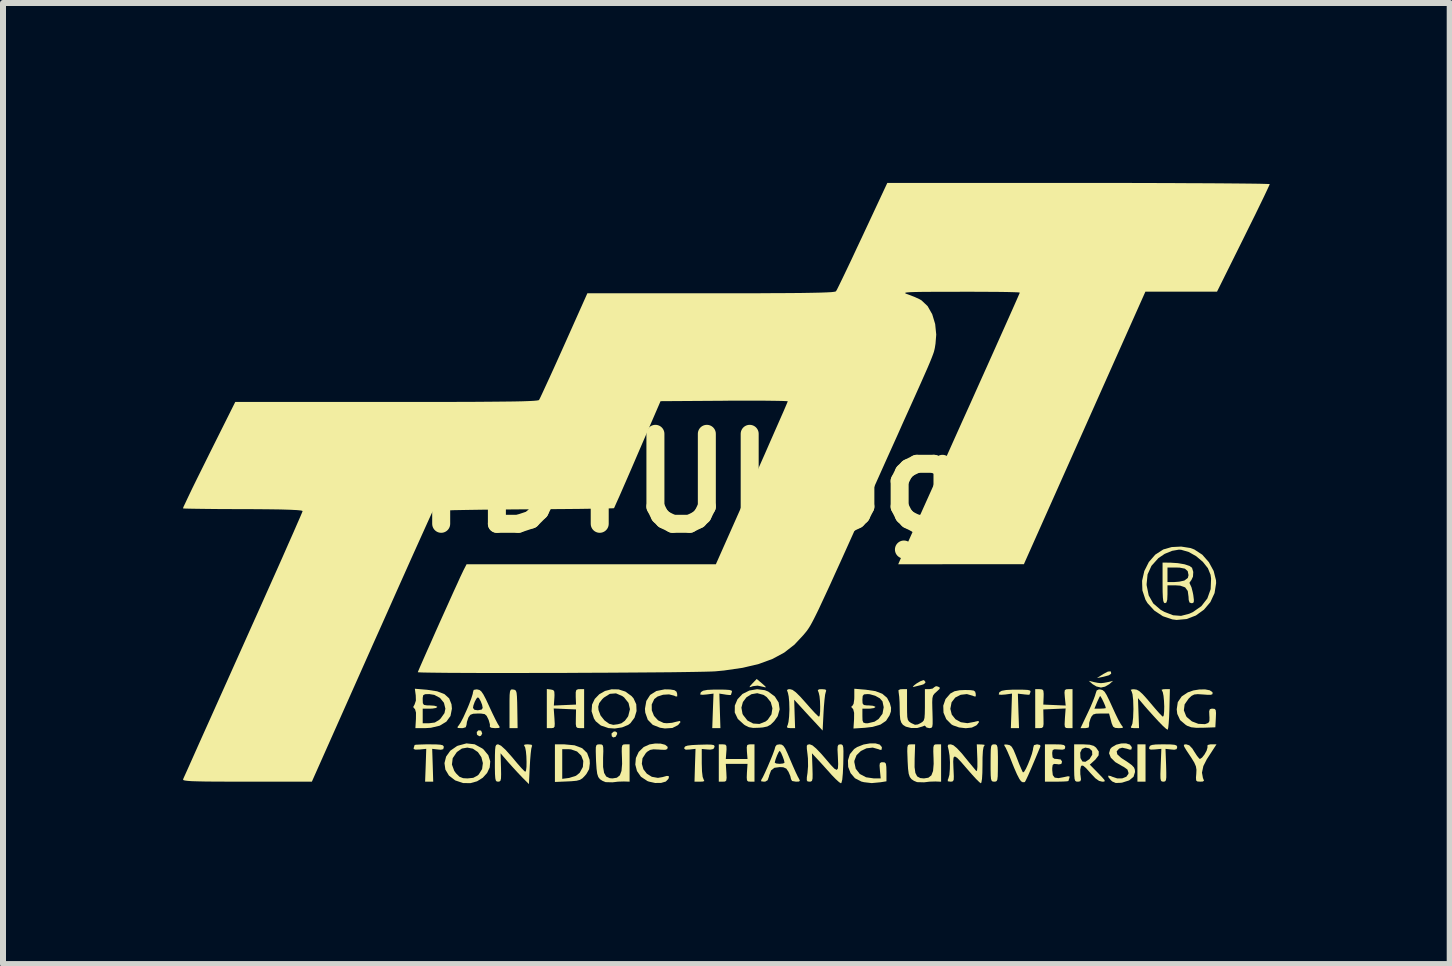
<source format=kicad_pcb>
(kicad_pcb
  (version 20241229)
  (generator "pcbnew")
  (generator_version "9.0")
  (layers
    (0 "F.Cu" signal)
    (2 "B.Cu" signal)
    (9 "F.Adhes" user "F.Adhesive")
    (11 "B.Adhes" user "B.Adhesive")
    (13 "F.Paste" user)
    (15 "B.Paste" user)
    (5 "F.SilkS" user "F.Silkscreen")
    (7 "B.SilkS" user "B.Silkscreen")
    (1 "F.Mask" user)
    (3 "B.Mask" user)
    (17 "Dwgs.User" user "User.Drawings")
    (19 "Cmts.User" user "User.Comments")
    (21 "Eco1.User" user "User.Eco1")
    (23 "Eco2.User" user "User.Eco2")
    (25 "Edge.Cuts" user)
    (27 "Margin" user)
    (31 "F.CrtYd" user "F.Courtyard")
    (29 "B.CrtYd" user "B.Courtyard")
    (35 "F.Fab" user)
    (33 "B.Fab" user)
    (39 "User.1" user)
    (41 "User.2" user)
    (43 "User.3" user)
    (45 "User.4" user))
  (footprint "TDTULogo"
    (layer "F.Cu")
    (at 9.055 5.004)
    (property "Reference" "TDTULogo" (at 0 0 0) (layer "F.SilkS") (effects (font (size 1.5 1.5) (thickness 0.3))))
    (attr board_only exclude_from_pos_files exclude_from_bom)
    (fp_poly (pts (xy -1.818 4.159) (xy -1.817 4.184) (xy -1.842 4.229) (xy -1.881 4.24) (xy -1.906 4.221) (xy -1.911 4.175) (xy -1.875 4.143) (xy -1.849 4.139)) (stroke (width 0) (type solid)) (fill yes) (layer "F.SilkS"))
    (fp_poly (pts (xy 6.992 4.666) (xy 6.992 4.977) (xy 6.925 4.977) (xy 6.857 4.977) (xy 6.857 4.666) (xy 6.857 4.355) (xy 6.925 4.355) (xy 6.992 4.355)) (stroke (width 0) (type solid)) (fill yes) (layer "F.SilkS"))
    (fp_poly (pts (xy -4.089 4.125) (xy -4.082 4.131) (xy -4.066 4.174) (xy -4.086 4.211) (xy -4.112 4.22) (xy -4.146 4.2) (xy -4.154 4.19) (xy -4.157 4.149) (xy -4.128 4.121)) (stroke (width 0) (type solid)) (fill yes) (layer "F.SilkS"))
    (fp_poly (pts (xy 6.416 3.146) (xy 6.419 3.178) (xy 6.38 3.204) (xy 6.292 3.228) (xy 6.276 3.231) (xy 6.181 3.25) (xy 6.289 3.182) (xy 6.364 3.142) (xy 6.407 3.138)) (stroke (width 0) (type solid)) (fill yes) (layer "F.SilkS"))
    (fp_poly (pts (xy 3.301 3.287) (xy 3.326 3.319) (xy 3.301 3.349) (xy 3.253 3.366) (xy 3.176 3.385) (xy 3.124 3.398) (xy 3.112 3.394) (xy 3.139 3.367) (xy 3.172 3.342) (xy 3.238 3.303) (xy 3.288 3.285)) (stroke (width 0) (type solid)) (fill yes) (layer "F.SilkS"))
    (fp_poly (pts (xy 0.6 3.341) (xy 0.652 3.387) (xy 0.664 3.405) (xy 0.64 3.402) (xy 0.622 3.397) (xy 0.525 3.376) (xy 0.446 3.385) (xy 0.419 3.395) (xy 0.391 3.402) (xy 0.398 3.384) (xy 0.438 3.34) (xy 0.51 3.265)) (stroke (width 0) (type solid)) (fill yes) (layer "F.SilkS"))
    (fp_poly (pts (xy 6.388 3.352) (xy 6.317 3.393) (xy 6.249 3.408) (xy 6.173 3.39) (xy 6.11 3.352) (xy 6.046 3.296) (xy 6.127 3.316) (xy 6.198 3.33) (xy 6.249 3.335) (xy 6.303 3.329) (xy 6.37 3.316) (xy 6.451 3.296)) (stroke (width 0) (type solid)) (fill yes) (layer "F.SilkS"))
    (fp_poly (pts (xy -3.549 3.441) (xy -3.522 3.447) (xy -3.504 3.462) (xy -3.493 3.496) (xy -3.487 3.558) (xy -3.483 3.657) (xy -3.481 3.767) (xy -3.476 4.085) (xy -3.544 4.085) (xy -3.611 4.085) (xy -3.611 3.759) (xy -3.611 3.622) (xy -3.609 3.53) (xy -3.603 3.475) (xy -3.592 3.448) (xy -3.575 3.439)) (stroke (width 0) (type solid)) (fill yes) (layer "F.SilkS"))
    (fp_poly (pts (xy 4.496 4.357) (xy 4.513 4.37) (xy 4.524 4.402) (xy 4.529 4.463) (xy 4.531 4.562) (xy 4.531 4.666) (xy 4.53 4.8) (xy 4.528 4.888) (xy 4.522 4.941) (xy 4.51 4.967) (xy 4.49 4.976) (xy 4.47 4.977) (xy 4.444 4.975) (xy 4.427 4.963) (xy 4.416 4.93) (xy 4.411 4.87) (xy 4.409 4.771) (xy 4.409 4.666) (xy 4.41 4.533) (xy 4.412 4.444) (xy 4.418 4.391) (xy 4.43 4.365) (xy 4.45 4.356) (xy 4.47 4.355)) (stroke (width 0) (type solid)) (fill yes) (layer "F.SilkS"))
    (fp_poly (pts (xy -4.834 4.356) (xy -4.762 4.361) (xy -4.723 4.371) (xy -4.708 4.389) (xy -4.707 4.404) (xy -4.716 4.436) (xy -4.755 4.445) (xy -4.803 4.441) (xy -4.9 4.43) (xy -4.891 4.704) (xy -4.883 4.977) (xy -4.95 4.977) (xy -5.018 4.977) (xy -5.008 4.704) (xy -4.999 4.43) (xy -5.11 4.441) (xy -5.181 4.443) (xy -5.209 4.432) (xy -5.208 4.414) (xy -5.195 4.374) (xy -5.194 4.366) (xy -5.169 4.361) (xy -5.102 4.358) (xy -5.004 4.355) (xy -4.95 4.355)) (stroke (width 0) (type solid)) (fill yes) (layer "F.SilkS"))
    (fp_poly (pts (xy -0.021 3.443) (xy 0.053 3.448) (xy 0.09 3.458) (xy 0.098 3.474) (xy 0.096 3.481) (xy 0.083 3.522) (xy 0.081 3.531) (xy 0.058 3.533) (xy -0.000422 3.527) (xy -0.016 3.524) (xy -0.113 3.509) (xy -0.104 3.797) (xy -0.095 4.085) (xy -0.163 4.085) (xy -0.231 4.085) (xy -0.221 3.797) (xy -0.21 3.509) (xy -0.321 3.523) (xy -0.39 3.529) (xy -0.429 3.525) (xy -0.432 3.521) (xy -0.421 3.485) (xy -0.384 3.461) (xy -0.313 3.447) (xy -0.2 3.442) (xy -0.14 3.442)) (stroke (width 0) (type solid)) (fill yes) (layer "F.SilkS"))
    (fp_poly (pts (xy 4.956 3.444) (xy 5.03 3.448) (xy 5.067 3.458) (xy 5.075 3.474) (xy 5.074 3.481) (xy 5.06 3.52) (xy 5.058 3.527) (xy 5.035 3.528) (xy 4.976 3.523) (xy 4.961 3.521) (xy 4.864 3.51) (xy 4.873 3.797) (xy 4.883 4.085) (xy 4.815 4.085) (xy 4.747 4.085) (xy 4.757 3.797) (xy 4.766 3.509) (xy 4.655 3.524) (xy 4.587 3.529) (xy 4.548 3.525) (xy 4.545 3.521) (xy 4.556 3.485) (xy 4.595 3.462) (xy 4.668 3.449) (xy 4.785 3.443) (xy 4.837 3.443)) (stroke (width 0) (type solid)) (fill yes) (layer "F.SilkS"))
    (fp_poly (pts (xy -0.246 4.36) (xy -0.207 4.367) (xy -0.193 4.382) (xy -0.194 4.401) (xy -0.213 4.433) (xy -0.261 4.443) (xy -0.305 4.441) (xy -0.406 4.432) (xy -0.406 4.672) (xy -0.402 4.805) (xy -0.391 4.898) (xy -0.373 4.945) (xy -0.373 4.945) (xy -0.363 4.967) (xy -0.394 4.976) (xy -0.434 4.977) (xy -0.527 4.977) (xy -0.519 4.704) (xy -0.51 4.43) (xy -0.608 4.441) (xy -0.673 4.444) (xy -0.697 4.429) (xy -0.697 4.411) (xy -0.683 4.39) (xy -0.643 4.376) (xy -0.569 4.367) (xy -0.45 4.361) (xy -0.437 4.361) (xy -0.319 4.358)) (stroke (width 0) (type solid)) (fill yes) (layer "F.SilkS"))
    (fp_poly (pts (xy -2.697 4.355) (xy -2.527 4.371) (xy -2.4 4.419) (xy -2.317 4.499) (xy -2.276 4.611) (xy -2.272 4.672) (xy -2.284 4.769) (xy -2.329 4.849) (xy -2.351 4.875) (xy -2.394 4.92) (xy -2.437 4.947) (xy -2.494 4.962) (xy -2.581 4.97) (xy -2.642 4.973) (xy -2.854 4.982) (xy -2.854 4.683) (xy -2.732 4.683) (xy -2.732 4.93) (xy -2.617 4.915) (xy -2.503 4.879) (xy -2.441 4.829) (xy -2.388 4.732) (xy -2.381 4.632) (xy -2.415 4.543) (xy -2.485 4.474) (xy -2.585 4.439) (xy -2.623 4.436) (xy -2.732 4.436) (xy -2.732 4.683) (xy -2.854 4.683) (xy -2.854 4.669) (xy -2.854 4.355)) (stroke (width 0) (type solid)) (fill yes) (layer "F.SilkS"))
    (fp_poly (pts (xy -0.054 4.355) (xy -0.013 4.359) (xy 0.005 4.382) (xy 0.007 4.437) (xy 0.004 4.477) (xy -0.005 4.599) (xy 0.176 4.599) (xy 0.357 4.599) (xy 0.347 4.477) (xy 0.344 4.402) (xy 0.353 4.366) (xy 0.383 4.356) (xy 0.406 4.355) (xy 0.473 4.355) (xy 0.473 4.666) (xy 0.473 4.977) (xy 0.406 4.977) (xy 0.367 4.974) (xy 0.348 4.955) (xy 0.344 4.908) (xy 0.347 4.828) (xy 0.357 4.68) (xy 0.176 4.68) (xy -0.005 4.68) (xy 0.004 4.828) (xy 0.008 4.914) (xy 0.002 4.958) (xy -0.018 4.975) (xy -0.054 4.977) (xy -0.122 4.977) (xy -0.122 4.666) (xy -0.122 4.355)) (stroke (width 0) (type solid)) (fill yes) (layer "F.SilkS"))
    (fp_poly (pts (xy 7.405 4.356) (xy 7.473 4.362) (xy 7.507 4.373) (xy 7.519 4.393) (xy 7.52 4.404) (xy 7.51 4.435) (xy 7.472 4.445) (xy 7.423 4.441) (xy 7.325 4.43) (xy 7.335 4.703) (xy 7.338 4.827) (xy 7.338 4.907) (xy 7.332 4.952) (xy 7.318 4.972) (xy 7.296 4.977) (xy 7.289 4.977) (xy 7.264 4.974) (xy 7.249 4.959) (xy 7.241 4.921) (xy 7.24 4.851) (xy 7.244 4.739) (xy 7.245 4.704) (xy 7.256 4.43) (xy 7.149 4.44) (xy 7.08 4.443) (xy 7.053 4.432) (xy 7.054 4.403) (xy 7.067 4.379) (xy 7.1 4.365) (xy 7.163 4.357) (xy 7.266 4.355) (xy 7.293 4.355)) (stroke (width 0) (type solid)) (fill yes) (layer "F.SilkS"))
    (fp_poly (pts (xy -2.922 3.441) (xy -2.882 3.45) (xy -2.864 3.476) (xy -2.861 3.533) (xy -2.863 3.579) (xy -2.872 3.708) (xy -2.687 3.7) (xy -2.502 3.692) (xy -2.507 3.564) (xy -2.507 3.486) (xy -2.497 3.449) (xy -2.468 3.436) (xy -2.439 3.435) (xy -2.367 3.435) (xy -2.367 3.76) (xy -2.367 4.085) (xy -2.438 4.085) (xy -2.477 4.081) (xy -2.498 4.064) (xy -2.506 4.018) (xy -2.505 3.931) (xy -2.505 3.929) (xy -2.502 3.773) (xy -2.688 3.765) (xy -2.874 3.757) (xy -2.862 3.921) (xy -2.857 4.011) (xy -2.86 4.06) (xy -2.877 4.08) (xy -2.911 4.085) (xy -2.92 4.085) (xy -2.989 4.085) (xy -2.989 3.759) (xy -2.989 3.433)) (stroke (width 0) (type solid)) (fill yes) (layer "F.SilkS"))
    (fp_poly (pts (xy -0.933 3.44) (xy -0.861 3.452) (xy -0.827 3.477) (xy -0.816 3.512) (xy -0.815 3.555) (xy -0.838 3.557) (xy -0.867 3.543) (xy -0.951 3.522) (xy -1.051 3.528) (xy -1.143 3.558) (xy -1.197 3.599) (xy -1.24 3.69) (xy -1.239 3.788) (xy -1.202 3.881) (xy -1.134 3.955) (xy -1.042 3.998) (xy -0.991 4.003) (xy -0.903 3.996) (xy -0.827 3.977) (xy -0.772 3.965) (xy -0.76 3.983) (xy -0.794 4.026) (xy -0.805 4.036) (xy -0.896 4.082) (xy -1.02 4.09) (xy -1.101 4.078) (xy -1.223 4.03) (xy -1.306 3.945) (xy -1.348 3.826) (xy -1.353 3.762) (xy -1.33 3.631) (xy -1.266 3.531) (xy -1.163 3.466) (xy -1.024 3.438)) (stroke (width 0) (type solid)) (fill yes) (layer "F.SilkS"))
    (fp_poly (pts (xy 5.268 3.439) (xy 5.289 3.46) (xy 5.294 3.513) (xy 5.293 3.564) (xy 5.288 3.692) (xy 5.474 3.7) (xy 5.661 3.708) (xy 5.647 3.572) (xy 5.641 3.492) (xy 5.647 3.451) (xy 5.67 3.437) (xy 5.705 3.435) (xy 5.775 3.435) (xy 5.775 3.76) (xy 5.775 4.085) (xy 5.706 4.085) (xy 5.668 4.082) (xy 5.648 4.066) (xy 5.643 4.023) (xy 5.647 3.942) (xy 5.648 3.921) (xy 5.66 3.757) (xy 5.474 3.765) (xy 5.288 3.773) (xy 5.291 3.929) (xy 5.292 4.017) (xy 5.285 4.063) (xy 5.264 4.081) (xy 5.225 4.085) (xy 5.224 4.085) (xy 5.153 4.085) (xy 5.153 3.76) (xy 5.153 3.435) (xy 5.225 3.435)) (stroke (width 0) (type solid)) (fill yes) (layer "F.SilkS"))
    (fp_poly (pts (xy -1.09 4.343) (xy -1.017 4.362) (xy -0.977 4.394) (xy -0.974 4.408) (xy -0.982 4.434) (xy -1.013 4.446) (xy -1.08 4.445) (xy -1.121 4.442) (xy -1.211 4.438) (xy -1.268 4.448) (xy -1.315 4.478) (xy -1.337 4.499) (xy -1.394 4.587) (xy -1.405 4.68) (xy -1.379 4.77) (xy -1.321 4.845) (xy -1.238 4.896) (xy -1.137 4.914) (xy -1.061 4.901) (xy -0.988 4.881) (xy -0.956 4.884) (xy -0.955 4.911) (xy -0.962 4.93) (xy -1.005 4.975) (xy -1.084 4.998) (xy -1.183 4.999) (xy -1.287 4.976) (xy -1.314 4.966) (xy -1.42 4.895) (xy -1.486 4.8) (xy -1.514 4.692) (xy -1.504 4.582) (xy -1.457 4.481) (xy -1.374 4.4) (xy -1.277 4.356) (xy -1.182 4.341)) (stroke (width 0) (type solid)) (fill yes) (layer "F.SilkS"))
    (fp_poly (pts (xy 3.143 4.595) (xy 3.142 4.736) (xy 3.155 4.831) (xy 3.185 4.889) (xy 3.236 4.917) (xy 3.298 4.923) (xy 3.372 4.911) (xy 3.422 4.872) (xy 3.45 4.798) (xy 3.46 4.682) (xy 3.458 4.586) (xy 3.454 4.475) (xy 3.455 4.406) (xy 3.464 4.371) (xy 3.482 4.357) (xy 3.514 4.355) (xy 3.517 4.355) (xy 3.584 4.355) (xy 3.584 4.666) (xy 3.584 4.978) (xy 3.489 4.974) (xy 3.392 4.977) (xy 3.3 4.988) (xy 3.184 4.985) (xy 3.131 4.963) (xy 3.091 4.936) (xy 3.063 4.9) (xy 3.044 4.845) (xy 3.033 4.761) (xy 3.026 4.638) (xy 3.024 4.578) (xy 3.02 4.469) (xy 3.022 4.403) (xy 3.031 4.369) (xy 3.051 4.357) (xy 3.084 4.355) (xy 3.151 4.355)) (stroke (width 0) (type solid)) (fill yes) (layer "F.SilkS"))
    (fp_poly (pts (xy 4.077 3.451) (xy 4.129 3.459) (xy 4.152 3.478) (xy 4.161 3.512) (xy 4.162 3.556) (xy 4.137 3.556) (xy 4.116 3.546) (xy 4.014 3.517) (xy 3.91 3.529) (xy 3.82 3.575) (xy 3.76 3.652) (xy 3.759 3.653) (xy 3.738 3.763) (xy 3.762 3.859) (xy 3.823 3.936) (xy 3.913 3.986) (xy 4.023 4.002) (xy 4.146 3.979) (xy 4.15 3.977) (xy 4.205 3.965) (xy 4.217 3.983) (xy 4.184 4.027) (xy 4.17 4.04) (xy 4.097 4.075) (xy 3.995 4.086) (xy 3.883 4.073) (xy 3.783 4.038) (xy 3.757 4.023) (xy 3.67 3.935) (xy 3.624 3.827) (xy 3.62 3.71) (xy 3.658 3.6) (xy 3.738 3.508) (xy 3.741 3.506) (xy 3.807 3.47) (xy 3.892 3.453) (xy 3.985 3.449)) (stroke (width 0) (type solid)) (fill yes) (layer "F.SilkS"))
    (fp_poly (pts (xy 5.235 4.366) (xy 5.24 4.389) (xy 5.157 4.588) (xy 5.088 4.751) (xy 5.035 4.873) (xy 4.998 4.952) (xy 4.98 4.984) (xy 4.946 4.987) (xy 4.917 4.971) (xy 4.889 4.932) (xy 4.849 4.855) (xy 4.804 4.752) (xy 4.775 4.681) (xy 4.731 4.569) (xy 4.69 4.474) (xy 4.659 4.408) (xy 4.646 4.388) (xy 4.633 4.362) (xy 4.66 4.357) (xy 4.69 4.36) (xy 4.729 4.369) (xy 4.761 4.395) (xy 4.791 4.446) (xy 4.828 4.534) (xy 4.848 4.585) (xy 4.887 4.686) (xy 4.922 4.768) (xy 4.945 4.817) (xy 4.95 4.823) (xy 4.968 4.812) (xy 4.998 4.762) (xy 5.032 4.688) (xy 5.067 4.601) (xy 5.097 4.516) (xy 5.115 4.446) (xy 5.119 4.416) (xy 5.132 4.369) (xy 5.182 4.355) (xy 5.186 4.355)) (stroke (width 0) (type solid)) (fill yes) (layer "F.SilkS"))
    (fp_poly (pts (xy 8.127 4.429) (xy 8.079 4.503) (xy 8.025 4.586) (xy 8.016 4.599) (xy 7.956 4.717) (xy 7.933 4.827) (xy 7.949 4.916) (xy 7.951 4.92) (xy 7.967 4.96) (xy 7.947 4.975) (xy 7.904 4.977) (xy 7.857 4.974) (xy 7.836 4.957) (xy 7.833 4.91) (xy 7.838 4.848) (xy 7.841 4.779) (xy 7.832 4.722) (xy 7.805 4.659) (xy 7.754 4.576) (xy 7.728 4.537) (xy 7.669 4.448) (xy 7.637 4.393) (xy 7.63 4.366) (xy 7.646 4.356) (xy 7.67 4.355) (xy 7.721 4.371) (xy 7.772 4.424) (xy 7.805 4.477) (xy 7.85 4.546) (xy 7.886 4.59) (xy 7.899 4.599) (xy 7.934 4.576) (xy 7.975 4.524) (xy 8.01 4.461) (xy 8.025 4.408) (xy 8.024 4.395) (xy 8.027 4.366) (xy 8.073 4.355) (xy 8.092 4.355) (xy 8.175 4.355)) (stroke (width 0) (type solid)) (fill yes) (layer "F.SilkS"))
    (fp_poly (pts (xy -1.677 4.355) (xy -1.609 4.355) (xy -1.609 4.666) (xy -1.609 4.977) (xy -1.704 4.974) (xy -1.802 4.977) (xy -1.894 4.988) (xy -2.009 4.985) (xy -2.062 4.963) (xy -2.103 4.936) (xy -2.131 4.9) (xy -2.149 4.845) (xy -2.16 4.761) (xy -2.168 4.638) (xy -2.17 4.578) (xy -2.173 4.469) (xy -2.172 4.403) (xy -2.162 4.369) (xy -2.142 4.357) (xy -2.11 4.355) (xy -2.077 4.357) (xy -2.058 4.369) (xy -2.049 4.403) (xy -2.047 4.468) (xy -2.051 4.577) (xy -2.051 4.587) (xy -2.051 4.732) (xy -2.034 4.831) (xy -1.999 4.891) (xy -1.941 4.919) (xy -1.894 4.923) (xy -1.821 4.911) (xy -1.772 4.872) (xy -1.744 4.798) (xy -1.734 4.682) (xy -1.736 4.587) (xy -1.74 4.475) (xy -1.739 4.407) (xy -1.73 4.371) (xy -1.711 4.357) (xy -1.68 4.355)) (stroke (width 0) (type solid)) (fill yes) (layer "F.SilkS"))
    (fp_poly (pts (xy 2.49 4.339) (xy 2.561 4.359) (xy 2.595 4.399) (xy 2.597 4.413) (xy 2.589 4.449) (xy 2.556 4.443) (xy 2.544 4.437) (xy 2.444 4.409) (xy 2.34 4.421) (xy 2.246 4.466) (xy 2.174 4.536) (xy 2.139 4.626) (xy 2.137 4.65) (xy 2.161 4.762) (xy 2.229 4.849) (xy 2.333 4.904) (xy 2.464 4.923) (xy 2.577 4.923) (xy 2.564 4.788) (xy 2.558 4.708) (xy 2.564 4.668) (xy 2.587 4.654) (xy 2.612 4.653) (xy 2.646 4.657) (xy 2.664 4.679) (xy 2.671 4.732) (xy 2.673 4.812) (xy 2.673 4.971) (xy 2.574 4.987) (xy 2.427 5.001) (xy 2.299 4.986) (xy 2.254 4.975) (xy 2.148 4.92) (xy 2.075 4.835) (xy 2.035 4.732) (xy 2.031 4.623) (xy 2.063 4.519) (xy 2.134 4.433) (xy 2.186 4.399) (xy 2.291 4.358) (xy 2.397 4.339)) (stroke (width 0) (type solid)) (fill yes) (layer "F.SilkS"))
    (fp_poly (pts (xy 0.645 3.452) (xy 0.702 3.475) (xy 0.812 3.557) (xy 0.876 3.658) (xy 0.893 3.771) (xy 0.86 3.886) (xy 0.802 3.968) (xy 0.743 4.026) (xy 0.687 4.057) (xy 0.613 4.073) (xy 0.552 4.078) (xy 0.451 4.081) (xy 0.38 4.069) (xy 0.317 4.038) (xy 0.298 4.025) (xy 0.195 3.931) (xy 0.144 3.824) (xy 0.145 3.743) (xy 0.255 3.743) (xy 0.273 3.845) (xy 0.283 3.865) (xy 0.356 3.958) (xy 0.451 4.008) (xy 0.556 4.015) (xy 0.658 3.974) (xy 0.694 3.945) (xy 0.756 3.855) (xy 0.772 3.753) (xy 0.745 3.652) (xy 0.676 3.566) (xy 0.622 3.53) (xy 0.519 3.502) (xy 0.422 3.519) (xy 0.339 3.571) (xy 0.28 3.649) (xy 0.255 3.743) (xy 0.145 3.743) (xy 0.145 3.709) (xy 0.19 3.603) (xy 0.273 3.515) (xy 0.387 3.458) (xy 0.516 3.436)) (stroke (width 0) (type solid)) (fill yes) (layer "F.SilkS"))
    (fp_poly (pts (xy 5.578 4.357) (xy 5.63 4.366) (xy 5.651 4.385) (xy 5.653 4.403) (xy 5.644 4.434) (xy 5.607 4.444) (xy 5.545 4.441) (xy 5.476 4.437) (xy 5.445 4.45) (xy 5.437 4.49) (xy 5.437 4.515) (xy 5.443 4.573) (xy 5.473 4.596) (xy 5.518 4.599) (xy 5.579 4.608) (xy 5.599 4.64) (xy 5.599 4.648) (xy 5.588 4.682) (xy 5.546 4.689) (xy 5.518 4.685) (xy 5.467 4.681) (xy 5.444 4.698) (xy 5.437 4.749) (xy 5.437 4.786) (xy 5.446 4.868) (xy 5.478 4.91) (xy 5.542 4.918) (xy 5.629 4.902) (xy 5.697 4.887) (xy 5.725 4.89) (xy 5.724 4.913) (xy 5.723 4.914) (xy 5.709 4.956) (xy 5.708 4.966) (xy 5.683 4.971) (xy 5.617 4.975) (xy 5.525 4.977) (xy 5.511 4.977) (xy 5.315 4.977) (xy 5.315 4.666) (xy 5.315 4.355) (xy 5.484 4.355)) (stroke (width 0) (type solid)) (fill yes) (layer "F.SilkS"))
    (fp_poly (pts (xy -4.192 4.354) (xy -4.065 4.423) (xy -4.043 4.441) (xy -3.964 4.537) (xy -3.932 4.639) (xy -3.941 4.74) (xy -3.985 4.833) (xy -4.057 4.912) (xy -4.152 4.971) (xy -4.263 5.002) (xy -4.385 5) (xy -4.511 4.958) (xy -4.518 4.955) (xy -4.621 4.875) (xy -4.68 4.776) (xy -4.692 4.692) (xy -4.571 4.692) (xy -4.532 4.798) (xy -4.501 4.84) (xy -4.445 4.895) (xy -4.384 4.919) (xy -4.311 4.923) (xy -4.215 4.913) (xy -4.147 4.877) (xy -4.124 4.857) (xy -4.068 4.767) (xy -4.055 4.667) (xy -4.08 4.569) (xy -4.138 4.484) (xy -4.222 4.427) (xy -4.314 4.409) (xy -4.405 4.425) (xy -4.484 4.48) (xy -4.492 4.488) (xy -4.558 4.586) (xy -4.571 4.692) (xy -4.692 4.692) (xy -4.695 4.667) (xy -4.668 4.559) (xy -4.598 4.461) (xy -4.487 4.384) (xy -4.473 4.378) (xy -4.329 4.339)) (stroke (width 0) (type solid)) (fill yes) (layer "F.SilkS"))
    (fp_poly (pts (xy -1.793 3.439) (xy -1.68 3.475) (xy -1.577 3.55) (xy -1.544 3.587) (xy -1.498 3.687) (xy -1.493 3.8) (xy -1.527 3.911) (xy -1.596 4.003) (xy -1.633 4.031) (xy -1.734 4.072) (xy -1.856 4.091) (xy -1.961 4.084) (xy -2.088 4.041) (xy -2.173 3.971) (xy -2.204 3.923) (xy -2.243 3.803) (xy -2.237 3.727) (xy -2.132 3.727) (xy -2.127 3.784) (xy -2.093 3.874) (xy -2.029 3.955) (xy -1.95 4.012) (xy -1.881 4.03) (xy -1.804 4.02) (xy -1.746 4.004) (xy -1.688 3.962) (xy -1.638 3.895) (xy -1.632 3.884) (xy -1.603 3.769) (xy -1.627 3.664) (xy -1.701 3.572) (xy -1.731 3.55) (xy -1.836 3.505) (xy -1.938 3.513) (xy -2.038 3.576) (xy -2.066 3.603) (xy -2.116 3.668) (xy -2.132 3.727) (xy -2.237 3.727) (xy -2.235 3.693) (xy -2.19 3.598) (xy -2.115 3.52) (xy -2.019 3.465) (xy -1.909 3.437)) (stroke (width 0) (type solid)) (fill yes) (layer "F.SilkS"))
    (fp_poly (pts (xy 6.731 4.359) (xy 6.762 4.4) (xy 6.763 4.41) (xy 6.756 4.441) (xy 6.728 4.443) (xy 6.681 4.428) (xy 6.604 4.411) (xy 6.552 4.426) (xy 6.511 4.471) (xy 6.521 4.521) (xy 6.584 4.579) (xy 6.6 4.59) (xy 6.701 4.656) (xy 6.765 4.703) (xy 6.8 4.741) (xy 6.814 4.777) (xy 6.817 4.816) (xy 6.792 4.896) (xy 6.719 4.956) (xy 6.602 4.993) (xy 6.577 4.996) (xy 6.496 4.999) (xy 6.439 4.975) (xy 6.412 4.951) (xy 6.371 4.9) (xy 6.372 4.876) (xy 6.413 4.884) (xy 6.434 4.894) (xy 6.521 4.923) (xy 6.605 4.922) (xy 6.672 4.895) (xy 6.707 4.846) (xy 6.708 4.829) (xy 6.691 4.776) (xy 6.631 4.732) (xy 6.607 4.72) (xy 6.488 4.651) (xy 6.413 4.577) (xy 6.384 4.503) (xy 6.404 4.433) (xy 6.431 4.403) (xy 6.503 4.361) (xy 6.587 4.34) (xy 6.668 4.339)) (stroke (width 0) (type solid)) (fill yes) (layer "F.SilkS"))
    (fp_poly (pts (xy 8.063 3.454) (xy 8.106 3.484) (xy 8.11 3.494) (xy 8.108 3.518) (xy 8.082 3.529) (xy 8.023 3.529) (xy 7.956 3.524) (xy 7.863 3.518) (xy 7.804 3.524) (xy 7.759 3.547) (xy 7.711 3.592) (xy 7.644 3.688) (xy 7.631 3.788) (xy 7.67 3.887) (xy 7.683 3.903) (xy 7.765 3.972) (xy 7.872 4.013) (xy 7.978 4.018) (xy 7.993 4.015) (xy 8.038 3.998) (xy 8.057 3.968) (xy 8.058 3.907) (xy 8.056 3.878) (xy 8.053 3.805) (xy 8.064 3.77) (xy 8.095 3.76) (xy 8.109 3.76) (xy 8.144 3.764) (xy 8.162 3.784) (xy 8.167 3.833) (xy 8.164 3.915) (xy 8.156 4.071) (xy 7.953 4.078) (xy 7.835 4.079) (xy 7.753 4.07) (xy 7.69 4.047) (xy 7.664 4.032) (xy 7.569 3.951) (xy 7.521 3.847) (xy 7.512 3.771) (xy 7.53 3.651) (xy 7.595 3.556) (xy 7.698 3.488) (xy 7.79 3.456) (xy 7.891 3.44) (xy 7.987 3.439)) (stroke (width 0) (type solid)) (fill yes) (layer "F.SilkS"))
    (fp_poly (pts (xy 1.655 3.44) (xy 1.669 3.46) (xy 1.661 3.483) (xy 1.65 3.528) (xy 1.64 3.614) (xy 1.63 3.728) (xy 1.624 3.828) (xy 1.609 4.125) (xy 1.471 3.976) (xy 1.385 3.884) (xy 1.298 3.789) (xy 1.234 3.719) (xy 1.135 3.611) (xy 1.142 3.848) (xy 1.15 4.085) (xy 1.074 4.085) (xy 1.023 4.08) (xy 1.015 4.058) (xy 1.027 4.032) (xy 1.04 3.981) (xy 1.05 3.893) (xy 1.055 3.785) (xy 1.055 3.76) (xy 1.052 3.65) (xy 1.043 3.556) (xy 1.03 3.495) (xy 1.027 3.488) (xy 1.014 3.449) (xy 1.04 3.436) (xy 1.065 3.435) (xy 1.107 3.447) (xy 1.162 3.487) (xy 1.236 3.56) (xy 1.33 3.665) (xy 1.411 3.757) (xy 1.48 3.832) (xy 1.529 3.88) (xy 1.549 3.895) (xy 1.561 3.871) (xy 1.567 3.809) (xy 1.568 3.724) (xy 1.565 3.633) (xy 1.557 3.552) (xy 1.544 3.495) (xy 1.541 3.488) (xy 1.528 3.452) (xy 1.55 3.437) (xy 1.598 3.435)) (stroke (width 0) (type solid)) (fill yes) (layer "F.SilkS"))
    (fp_poly (pts (xy -3.752 4.378) (xy -3.677 4.446) (xy -3.577 4.558) (xy -3.556 4.583) (xy -3.478 4.676) (xy -3.412 4.751) (xy -3.365 4.799) (xy -3.347 4.813) (xy -3.335 4.79) (xy -3.328 4.729) (xy -3.327 4.644) (xy -3.33 4.552) (xy -3.338 4.468) (xy -3.35 4.407) (xy -3.36 4.388) (xy -3.371 4.365) (xy -3.339 4.356) (xy -3.304 4.355) (xy -3.245 4.361) (xy -3.233 4.38) (xy -3.238 4.389) (xy -3.248 4.428) (xy -3.258 4.51) (xy -3.267 4.619) (xy -3.273 4.72) (xy -3.287 5.018) (xy -3.395 4.91) (xy -3.471 4.83) (xy -3.561 4.732) (xy -3.632 4.653) (xy -3.76 4.504) (xy -3.753 4.741) (xy -3.751 4.854) (xy -3.753 4.924) (xy -3.762 4.961) (xy -3.78 4.975) (xy -3.801 4.977) (xy -3.824 4.974) (xy -3.839 4.958) (xy -3.848 4.92) (xy -3.853 4.851) (xy -3.855 4.742) (xy -3.855 4.666) (xy -3.854 4.532) (xy -3.851 4.444) (xy -3.845 4.391) (xy -3.833 4.365) (xy -3.814 4.356) (xy -3.8 4.355)) (stroke (width 0) (type solid)) (fill yes) (layer "F.SilkS"))
    (fp_poly (pts (xy 7.39 3.773) (xy 7.385 3.902) (xy 7.378 4.007) (xy 7.37 4.081) (xy 7.361 4.111) (xy 7.36 4.112) (xy 7.332 4.093) (xy 7.279 4.045) (xy 7.212 3.976) (xy 7.206 3.97) (xy 7.119 3.875) (xy 7.029 3.775) (xy 6.969 3.706) (xy 6.866 3.584) (xy 6.875 3.834) (xy 6.884 4.085) (xy 6.804 4.085) (xy 6.753 4.08) (xy 6.747 4.063) (xy 6.757 4.052) (xy 6.774 4.006) (xy 6.785 3.911) (xy 6.79 3.772) (xy 6.79 3.76) (xy 6.786 3.618) (xy 6.775 3.52) (xy 6.759 3.469) (xy 6.757 3.468) (xy 6.745 3.445) (xy 6.777 3.437) (xy 6.804 3.437) (xy 6.846 3.444) (xy 6.891 3.47) (xy 6.946 3.52) (xy 7.021 3.603) (xy 7.074 3.666) (xy 7.152 3.758) (xy 7.218 3.833) (xy 7.265 3.881) (xy 7.283 3.895) (xy 7.296 3.871) (xy 7.302 3.809) (xy 7.304 3.724) (xy 7.3 3.632) (xy 7.292 3.547) (xy 7.28 3.487) (xy 7.271 3.468) (xy 7.259 3.445) (xy 7.291 3.436) (xy 7.318 3.435) (xy 7.398 3.435)) (stroke (width 0) (type solid)) (fill yes) (layer "F.SilkS"))
    (fp_poly (pts (xy -4.986 3.445) (xy -4.817 3.471) (xy -4.695 3.518) (xy -4.617 3.589) (xy -4.578 3.687) (xy -4.571 3.76) (xy -4.595 3.882) (xy -4.664 3.977) (xy -4.775 4.044) (xy -4.923 4.079) (xy -5.02 4.085) (xy -5.18 4.085) (xy -5.171 3.932) (xy -5.17 3.826) (xy -5.186 3.768) (xy -5.196 3.759) (xy -5.217 3.733) (xy -5.196 3.695) (xy -5.195 3.694) (xy -5.172 3.627) (xy -5.172 3.611) (xy -5.058 3.611) (xy -5.056 3.669) (xy -5.038 3.697) (xy -4.991 3.705) (xy -4.937 3.706) (xy -4.864 3.711) (xy -4.82 3.725) (xy -4.815 3.733) (xy -4.839 3.749) (xy -4.9 3.759) (xy -4.937 3.76) (xy -5.058 3.76) (xy -5.058 3.882) (xy -5.058 4.003) (xy -4.948 4.003) (xy -4.856 3.991) (xy -4.783 3.947) (xy -4.759 3.924) (xy -4.695 3.834) (xy -4.68 3.76) (xy -4.704 3.662) (xy -4.77 3.581) (xy -4.865 3.53) (xy -4.948 3.517) (xy -5.018 3.519) (xy -5.05 3.536) (xy -5.058 3.581) (xy -5.058 3.611) (xy -5.172 3.611) (xy -5.174 3.54) (xy -5.189 3.428)) (stroke (width 0) (type solid)) (fill yes) (layer "F.SilkS"))
    (fp_poly (pts (xy 1.929 4.358) (xy 1.944 4.372) (xy 1.953 4.406) (xy 1.956 4.47) (xy 1.955 4.573) (xy 1.953 4.68) (xy 1.946 4.839) (xy 1.936 4.945) (xy 1.922 4.998) (xy 1.914 5.004) (xy 1.883 4.985) (xy 1.828 4.935) (xy 1.759 4.864) (xy 1.747 4.85) (xy 1.665 4.759) (xy 1.583 4.668) (xy 1.52 4.6) (xy 1.431 4.504) (xy 1.439 4.741) (xy 1.442 4.854) (xy 1.441 4.924) (xy 1.432 4.961) (xy 1.415 4.975) (xy 1.39 4.977) (xy 1.358 4.973) (xy 1.345 4.953) (xy 1.346 4.903) (xy 1.357 4.831) (xy 1.366 4.718) (xy 1.364 4.589) (xy 1.357 4.52) (xy 1.346 4.43) (xy 1.345 4.38) (xy 1.359 4.36) (xy 1.389 4.355) (xy 1.395 4.355) (xy 1.439 4.372) (xy 1.502 4.425) (xy 1.59 4.517) (xy 1.654 4.591) (xy 1.745 4.698) (xy 1.807 4.762) (xy 1.845 4.781) (xy 1.864 4.756) (xy 1.868 4.683) (xy 1.863 4.562) (xy 1.862 4.54) (xy 1.857 4.442) (xy 1.86 4.387) (xy 1.873 4.362) (xy 1.899 4.355) (xy 1.906 4.355)) (stroke (width 0) (type solid)) (fill yes) (layer "F.SilkS"))
    (fp_poly (pts (xy 6.061 4.361) (xy 6.128 4.38) (xy 6.167 4.409) (xy 6.213 4.475) (xy 6.21 4.538) (xy 6.157 4.608) (xy 6.142 4.622) (xy 6.063 4.693) (xy 6.202 4.835) (xy 6.272 4.908) (xy 6.308 4.95) (xy 6.313 4.97) (xy 6.291 4.977) (xy 6.269 4.977) (xy 6.217 4.964) (xy 6.155 4.92) (xy 6.077 4.837) (xy 6.069 4.828) (xy 6.001 4.752) (xy 5.957 4.714) (xy 5.931 4.707) (xy 5.915 4.723) (xy 5.904 4.777) (xy 5.905 4.855) (xy 5.908 4.872) (xy 5.916 4.94) (xy 5.905 4.97) (xy 5.871 4.977) (xy 5.863 4.977) (xy 5.837 4.975) (xy 5.82 4.963) (xy 5.809 4.931) (xy 5.804 4.87) (xy 5.802 4.772) (xy 5.802 4.666) (xy 5.802 4.493) (xy 5.903 4.493) (xy 5.907 4.579) (xy 5.909 4.587) (xy 5.94 4.641) (xy 5.99 4.646) (xy 6.055 4.603) (xy 6.059 4.599) (xy 6.104 4.528) (xy 6.101 4.465) (xy 6.055 4.422) (xy 5.988 4.409) (xy 5.932 4.432) (xy 5.903 4.493) (xy 5.802 4.493) (xy 5.802 4.355) (xy 5.958 4.355)) (stroke (width 0) (type solid)) (fill yes) (layer "F.SilkS"))
    (fp_poly (pts (xy 6.244 3.441) (xy 6.277 3.451) (xy 6.309 3.478) (xy 6.343 3.532) (xy 6.387 3.621) (xy 6.432 3.719) (xy 6.485 3.835) (xy 6.534 3.936) (xy 6.574 4.008) (xy 6.593 4.037) (xy 6.617 4.069) (xy 6.604 4.082) (xy 6.546 4.085) (xy 6.542 4.085) (xy 6.484 4.08) (xy 6.451 4.059) (xy 6.428 4.005) (xy 6.417 3.963) (xy 6.384 3.841) (xy 6.247 3.841) (xy 6.165 3.844) (xy 6.119 3.858) (xy 6.09 3.893) (xy 6.074 3.928) (xy 6.053 3.996) (xy 6.051 4.046) (xy 6.051 4.049) (xy 6.042 4.076) (xy 5.987 4.085) (xy 5.908 4.085) (xy 6.025 3.839) (xy 6.062 3.76) (xy 6.14 3.76) (xy 6.235 3.76) (xy 6.297 3.757) (xy 6.329 3.751) (xy 6.33 3.75) (xy 6.32 3.714) (xy 6.296 3.658) (xy 6.268 3.6) (xy 6.244 3.558) (xy 6.234 3.549) (xy 6.218 3.579) (xy 6.19 3.639) (xy 6.181 3.66) (xy 6.14 3.76) (xy 6.062 3.76) (xy 6.078 3.725) (xy 6.121 3.621) (xy 6.151 3.541) (xy 6.159 3.513) (xy 6.178 3.456) (xy 6.215 3.439)) (stroke (width 0) (type solid)) (fill yes) (layer "F.SilkS"))
    (fp_poly (pts (xy 7.405 1.326) (xy 7.53 1.334) (xy 7.642 1.353) (xy 7.726 1.381) (xy 7.767 1.411) (xy 7.788 1.481) (xy 7.783 1.559) (xy 7.755 1.619) (xy 7.75 1.623) (xy 7.724 1.663) (xy 7.737 1.692) (xy 7.758 1.737) (xy 7.778 1.815) (xy 7.788 1.864) (xy 7.798 1.945) (xy 7.796 1.986) (xy 7.777 2) (xy 7.759 2.002) (xy 7.726 1.991) (xy 7.712 1.949) (xy 7.709 1.895) (xy 7.696 1.798) (xy 7.652 1.738) (xy 7.569 1.709) (xy 7.491 1.704) (xy 7.358 1.704) (xy 7.358 1.853) (xy 7.354 1.943) (xy 7.341 1.989) (xy 7.317 2.002) (xy 7.3 1.994) (xy 7.288 1.964) (xy 7.281 1.905) (xy 7.277 1.809) (xy 7.276 1.667) (xy 7.276 1.664) (xy 7.276 1.528) (xy 7.358 1.528) (xy 7.358 1.65) (xy 7.464 1.65) (xy 7.554 1.643) (xy 7.632 1.626) (xy 7.64 1.624) (xy 7.697 1.581) (xy 7.709 1.534) (xy 7.695 1.467) (xy 7.648 1.426) (xy 7.561 1.409) (xy 7.501 1.407) (xy 7.358 1.407) (xy 7.358 1.528) (xy 7.276 1.528) (xy 7.276 1.325)) (stroke (width 0) (type solid)) (fill yes) (layer "F.SilkS"))
    (fp_poly (pts (xy 2.328 3.444) (xy 2.489 3.468) (xy 2.604 3.512) (xy 2.683 3.579) (xy 2.729 3.667) (xy 2.75 3.745) (xy 2.747 3.808) (xy 2.724 3.873) (xy 2.666 3.963) (xy 2.574 4.025) (xy 2.442 4.064) (xy 2.313 4.079) (xy 2.123 4.091) (xy 2.133 3.935) (xy 2.134 3.83) (xy 2.119 3.77) (xy 2.106 3.754) (xy 2.084 3.73) (xy 2.103 3.715) (xy 2.125 3.679) (xy 2.135 3.611) (xy 2.272 3.611) (xy 2.275 3.672) (xy 2.296 3.699) (xy 2.348 3.706) (xy 2.38 3.706) (xy 2.448 3.712) (xy 2.486 3.727) (xy 2.489 3.733) (xy 2.465 3.75) (xy 2.405 3.759) (xy 2.38 3.76) (xy 2.272 3.76) (xy 2.272 3.882) (xy 2.274 3.956) (xy 2.288 3.992) (xy 2.324 4.003) (xy 2.365 4.003) (xy 2.474 3.977) (xy 2.541 3.933) (xy 2.607 3.845) (xy 2.627 3.736) (xy 2.607 3.639) (xy 2.563 3.588) (xy 2.486 3.545) (xy 2.394 3.519) (xy 2.355 3.517) (xy 2.299 3.522) (xy 2.277 3.548) (xy 2.272 3.611) (xy 2.135 3.611) (xy 2.136 3.601) (xy 2.137 3.564) (xy 2.137 3.428)) (stroke (width 0) (type solid)) (fill yes) (layer "F.SilkS"))
    (fp_poly (pts (xy 4.26 4.357) (xy 4.306 4.362) (xy 4.31 4.372) (xy 4.308 4.373) (xy 4.292 4.398) (xy 4.281 4.462) (xy 4.275 4.571) (xy 4.274 4.695) (xy 4.272 4.829) (xy 4.266 4.93) (xy 4.256 4.99) (xy 4.247 5.004) (xy 4.221 4.985) (xy 4.167 4.932) (xy 4.095 4.853) (xy 4.011 4.757) (xy 4.011 4.757) (xy 3.916 4.647) (xy 3.852 4.58) (xy 3.812 4.556) (xy 3.791 4.576) (xy 3.786 4.641) (xy 3.79 4.752) (xy 3.792 4.792) (xy 3.796 4.89) (xy 3.794 4.945) (xy 3.781 4.97) (xy 3.754 4.977) (xy 3.74 4.977) (xy 3.696 4.971) (xy 3.696 4.942) (xy 3.705 4.925) (xy 3.722 4.863) (xy 3.73 4.766) (xy 3.732 4.653) (xy 3.725 4.542) (xy 3.71 4.451) (xy 3.708 4.443) (xy 3.694 4.383) (xy 3.705 4.359) (xy 3.745 4.355) (xy 3.789 4.37) (xy 3.849 4.42) (xy 3.93 4.507) (xy 3.977 4.565) (xy 4.052 4.657) (xy 4.116 4.734) (xy 4.159 4.786) (xy 4.172 4.801) (xy 4.183 4.79) (xy 4.189 4.732) (xy 4.189 4.634) (xy 4.188 4.592) (xy 4.179 4.355)) (stroke (width 0) (type solid)) (fill yes) (layer "F.SilkS"))
    (fp_poly (pts (xy 7.74 1.082) (xy 7.805 1.106) (xy 7.938 1.193) (xy 8.048 1.318) (xy 8.128 1.465) (xy 8.167 1.62) (xy 8.169 1.667) (xy 8.143 1.833) (xy 8.073 1.984) (xy 7.966 2.11) (xy 7.831 2.207) (xy 7.676 2.266) (xy 7.51 2.281) (xy 7.439 2.272) (xy 7.281 2.219) (xy 7.138 2.124) (xy 7.025 2.001) (xy 6.991 1.944) (xy 6.94 1.79) (xy 6.936 1.684) (xy 7.01 1.684) (xy 7.011 1.706) (xy 7.045 1.872) (xy 7.121 2.006) (xy 7.243 2.111) (xy 7.307 2.147) (xy 7.452 2.203) (xy 7.584 2.213) (xy 7.72 2.178) (xy 7.782 2.15) (xy 7.923 2.051) (xy 8.023 1.922) (xy 8.078 1.767) (xy 8.085 1.592) (xy 8.076 1.528) (xy 8.032 1.419) (xy 7.947 1.312) (xy 7.836 1.218) (xy 7.712 1.148) (xy 7.588 1.112) (xy 7.549 1.109) (xy 7.435 1.129) (xy 7.312 1.179) (xy 7.207 1.25) (xy 7.091 1.379) (xy 7.026 1.522) (xy 7.01 1.684) (xy 6.936 1.684) (xy 6.935 1.627) (xy 6.972 1.465) (xy 7.047 1.316) (xy 7.155 1.192) (xy 7.288 1.106) (xy 7.428 1.066) (xy 7.587 1.058)) (stroke (width 0) (type solid)) (fill yes) (layer "F.SilkS"))
    (fp_poly (pts (xy 3.532 3.392) (xy 3.562 3.408) (xy 3.559 3.43) (xy 3.518 3.469) (xy 3.507 3.479) (xy 3.472 3.511) (xy 3.45 3.542) (xy 3.439 3.586) (xy 3.436 3.653) (xy 3.438 3.757) (xy 3.44 3.815) (xy 3.443 3.937) (xy 3.443 4.016) (xy 3.437 4.06) (xy 3.423 4.079) (xy 3.399 4.084) (xy 3.388 4.085) (xy 3.341 4.074) (xy 3.327 4.057) (xy 3.311 4.042) (xy 3.275 4.057) (xy 3.188 4.082) (xy 3.087 4.083) (xy 2.996 4.06) (xy 2.948 4.03) (xy 2.92 3.992) (xy 2.903 3.939) (xy 2.896 3.858) (xy 2.894 3.767) (xy 2.892 3.657) (xy 2.886 3.562) (xy 2.878 3.501) (xy 2.877 3.496) (xy 2.873 3.453) (xy 2.902 3.437) (xy 2.939 3.435) (xy 3.016 3.435) (xy 3.016 3.698) (xy 3.017 3.819) (xy 3.02 3.898) (xy 3.03 3.946) (xy 3.049 3.974) (xy 3.079 3.996) (xy 3.09 4.002) (xy 3.149 4.029) (xy 3.197 4.023) (xy 3.239 4.002) (xy 3.273 3.981) (xy 3.295 3.956) (xy 3.307 3.915) (xy 3.312 3.847) (xy 3.314 3.74) (xy 3.314 3.698) (xy 3.314 3.435) (xy 3.386 3.435) (xy 3.443 3.425) (xy 3.469 3.403) (xy 3.499 3.385)) (stroke (width 0) (type solid)) (fill yes) (layer "F.SilkS"))
    (fp_poly (pts (xy 0.926 4.36) (xy 0.955 4.38) (xy 0.985 4.424) (xy 1.022 4.502) (xy 1.066 4.605) (xy 1.115 4.719) (xy 1.16 4.82) (xy 1.195 4.893) (xy 1.208 4.916) (xy 1.23 4.959) (xy 1.216 4.975) (xy 1.164 4.977) (xy 1.1 4.966) (xy 1.082 4.935) (xy 1.07 4.883) (xy 1.041 4.815) (xy 1.041 4.814) (xy 1.003 4.759) (xy 0.953 4.737) (xy 0.895 4.734) (xy 0.805 4.746) (xy 0.75 4.789) (xy 0.718 4.873) (xy 0.714 4.892) (xy 0.692 4.953) (xy 0.653 4.976) (xy 0.629 4.977) (xy 0.584 4.971) (xy 0.585 4.948) (xy 0.589 4.943) (xy 0.613 4.901) (xy 0.65 4.823) (xy 0.694 4.725) (xy 0.721 4.661) (xy 0.812 4.661) (xy 0.835 4.674) (xy 0.892 4.68) (xy 0.893 4.68) (xy 0.95 4.674) (xy 0.974 4.661) (xy 0.974 4.661) (xy 0.965 4.619) (xy 0.943 4.558) (xy 0.918 4.5) (xy 0.897 4.466) (xy 0.893 4.463) (xy 0.875 4.486) (xy 0.85 4.538) (xy 0.826 4.601) (xy 0.812 4.651) (xy 0.812 4.661) (xy 0.721 4.661) (xy 0.739 4.619) (xy 0.779 4.52) (xy 0.808 4.44) (xy 0.82 4.395) (xy 0.821 4.393) (xy 0.844 4.363) (xy 0.891 4.355)) (stroke (width 0) (type solid)) (fill yes) (layer "F.SilkS"))
    (fp_poly (pts (xy -4.146 3.44) (xy -4.111 3.449) (xy -4.08 3.474) (xy -4.047 3.522) (xy -4.005 3.602) (xy -3.948 3.724) (xy -3.948 3.725) (xy -3.894 3.841) (xy -3.845 3.941) (xy -3.807 4.013) (xy -3.788 4.043) (xy -3.772 4.07) (xy -3.792 4.082) (xy -3.853 4.085) (xy -3.913 4.079) (xy -3.939 4.065) (xy -3.938 4.06) (xy -3.938 4.022) (xy -3.956 3.957) (xy -3.963 3.939) (xy -3.992 3.88) (xy -4.025 3.851) (xy -4.082 3.842) (xy -4.135 3.841) (xy -4.217 3.845) (xy -4.263 3.862) (xy -4.291 3.899) (xy -4.297 3.91) (xy -4.321 3.981) (xy -4.328 4.032) (xy -4.341 4.07) (xy -4.387 4.084) (xy -4.413 4.085) (xy -4.47 4.082) (xy -4.48 4.068) (xy -4.456 4.037) (xy -4.423 3.987) (xy -4.379 3.902) (xy -4.332 3.798) (xy -4.31 3.748) (xy -4.22 3.748) (xy -4.195 3.779) (xy -4.139 3.787) (xy -4.075 3.775) (xy -4.058 3.748) (xy -4.068 3.695) (xy -4.092 3.634) (xy -4.12 3.585) (xy -4.139 3.571) (xy -4.163 3.593) (xy -4.191 3.646) (xy -4.213 3.707) (xy -4.22 3.748) (xy -4.31 3.748) (xy -4.285 3.688) (xy -4.248 3.589) (xy -4.224 3.513) (xy -4.22 3.485) (xy -4.208 3.447) (xy -4.164 3.439)) (stroke (width 0) (type solid)) (fill yes) (layer "F.SilkS"))
    (fp_poly (pts (xy 6.285 -5.004) (xy 6.68 -5.004) (xy 7.056 -5.003) (xy 7.411 -5.002) (xy 7.74 -5) (xy 8.04 -4.999) (xy 8.308 -4.997) (xy 8.541 -4.995) (xy 8.736 -4.993) (xy 8.888 -4.991) (xy 8.995 -4.988) (xy 9.053 -4.986) (xy 9.063 -4.984) (xy 9.051 -4.956) (xy 9.018 -4.885) (xy 8.967 -4.777) (xy 8.899 -4.637) (xy 8.818 -4.47) (xy 8.725 -4.283) (xy 8.625 -4.08) (xy 8.624 -4.078) (xy 8.184 -3.192) (xy 7.587 -3.192) (xy 6.99 -3.192) (xy 5.977 -0.92) (xy 4.964 1.352) (xy 3.916 1.352) (xy 2.869 1.353) (xy 2.919 1.238) (xy 2.937 1.196) (xy 2.976 1.109) (xy 3.034 0.98) (xy 3.109 0.813) (xy 3.199 0.612) (xy 3.303 0.381) (xy 3.419 0.123) (xy 3.545 -0.158) (xy 3.68 -0.457) (xy 3.821 -0.772) (xy 3.932 -1.019) (xy 4.077 -1.34) (xy 4.214 -1.646) (xy 4.344 -1.935) (xy 4.464 -2.203) (xy 4.572 -2.445) (xy 4.668 -2.659) (xy 4.749 -2.841) (xy 4.814 -2.987) (xy 4.861 -3.094) (xy 4.889 -3.158) (xy 4.896 -3.176) (xy 4.87 -3.18) (xy 4.796 -3.183) (xy 4.679 -3.186) (xy 4.527 -3.188) (xy 4.344 -3.189) (xy 4.137 -3.19) (xy 3.912 -3.19) (xy 3.902 -3.19) (xy 3.644 -3.189) (xy 3.437 -3.189) (xy 3.274 -3.188) (xy 3.152 -3.186) (xy 3.067 -3.183) (xy 3.014 -3.179) (xy 2.988 -3.174) (xy 2.985 -3.166) (xy 3.001 -3.157) (xy 3.032 -3.146) (xy 3.048 -3.14) (xy 3.142 -3.104) (xy 3.226 -3.065) (xy 3.257 -3.047) (xy 3.359 -2.951) (xy 3.436 -2.815) (xy 3.485 -2.653) (xy 3.503 -2.476) (xy 3.491 -2.326) (xy 3.485 -2.288) (xy 3.48 -2.255) (xy 3.473 -2.224) (xy 3.464 -2.188) (xy 3.449 -2.145) (xy 3.428 -2.09) (xy 3.399 -2.018) (xy 3.36 -1.926) (xy 3.308 -1.808) (xy 3.243 -1.661) (xy 3.162 -1.48) (xy 3.063 -1.26) (xy 2.945 -0.999) (xy 2.868 -0.825) (xy 2.661 -0.366) (xy 2.476 0.047) (xy 2.31 0.416) (xy 2.163 0.743) (xy 2.033 1.032) (xy 1.919 1.285) (xy 1.819 1.504) (xy 1.734 1.692) (xy 1.66 1.852) (xy 1.597 1.987) (xy 1.545 2.099) (xy 1.5 2.191) (xy 1.463 2.265) (xy 1.432 2.324) (xy 1.406 2.371) (xy 1.383 2.409) (xy 1.363 2.439) (xy 1.344 2.465) (xy 1.324 2.49) (xy 1.303 2.515) (xy 1.289 2.532) (xy 1.139 2.693) (xy 0.968 2.826) (xy 0.771 2.932) (xy 0.542 3.016) (xy 0.275 3.079) (xy -0.035 3.124) (xy -0.183 3.138) (xy -0.249 3.141) (xy -0.36 3.144) (xy -0.513 3.147) (xy -0.702 3.15) (xy -0.924 3.153) (xy -1.173 3.155) (xy -1.444 3.157) (xy -1.734 3.159) (xy -2.038 3.161) (xy -2.35 3.162) (xy -2.667 3.164) (xy -2.984 3.164) (xy -3.296 3.165) (xy -3.599 3.165) (xy -3.887 3.165) (xy -4.157 3.165) (xy -4.403 3.164) (xy -4.622 3.163) (xy -4.809 3.161) (xy -4.958 3.159) (xy -5.065 3.157) (xy -5.127 3.154) (xy -5.14 3.152) (xy -5.129 3.125) (xy -5.099 3.055) (xy -5.053 2.95) (xy -4.994 2.816) (xy -4.925 2.662) (xy -4.85 2.492) (xy -4.771 2.315) (xy -4.691 2.138) (xy -4.614 1.967) (xy -4.543 1.809) (xy -4.48 1.672) (xy -4.43 1.561) (xy -4.394 1.486) (xy -4.381 1.458) (xy -4.327 1.353) (xy -2.249 1.353) (xy -0.171 1.353) (xy 0.429 0.002) (xy 0.541 -0.251) (xy 0.647 -0.49) (xy 0.743 -0.71) (xy 0.829 -0.905) (xy 0.902 -1.071) (xy 0.961 -1.205) (xy 1.002 -1.301) (xy 1.024 -1.354) (xy 1.028 -1.364) (xy 1.002 -1.367) (xy 0.927 -1.37) (xy 0.81 -1.372) (xy 0.657 -1.374) (xy 0.472 -1.375) (xy 0.262 -1.374) (xy 0.033 -1.374) (xy -0.033 -1.373) (xy -1.093 -1.366) (xy -1.476 -0.48) (xy -1.564 -0.275) (xy -1.646 -0.086) (xy -1.719 0.081) (xy -1.78 0.221) (xy -1.828 0.327) (xy -1.858 0.395) (xy -1.869 0.418) (xy -1.898 0.42) (xy -1.975 0.422) (xy -2.097 0.425) (xy -2.258 0.427) (xy -2.454 0.43) (xy -2.679 0.432) (xy -2.928 0.434) (xy -3.198 0.436) (xy -3.377 0.437) (xy -3.738 0.44) (xy -4.053 0.443) (xy -4.319 0.447) (xy -4.536 0.451) (xy -4.703 0.457) (xy -4.818 0.462) (xy -4.881 0.469) (xy -4.893 0.473) (xy -4.907 0.501) (xy -4.941 0.575) (xy -4.994 0.692) (xy -5.064 0.847) (xy -5.15 1.038) (xy -5.25 1.26) (xy -5.362 1.511) (xy -5.485 1.786) (xy -5.617 2.083) (xy -5.757 2.397) (xy -5.904 2.725) (xy -5.91 2.739) (xy -6.906 4.977) (xy -7.987 4.977) (xy -8.26 4.977) (xy -8.484 4.976) (xy -8.663 4.975) (xy -8.802 4.972) (xy -8.905 4.969) (xy -8.977 4.964) (xy -9.023 4.958) (xy -9.047 4.951) (xy -9.053 4.941) (xy -9.053 4.938) (xy -9.04 4.908) (xy -9.006 4.833) (xy -8.953 4.715) (xy -8.883 4.558) (xy -8.798 4.367) (xy -8.698 4.144) (xy -8.585 3.893) (xy -8.462 3.618) (xy -8.329 3.322) (xy -8.189 3.009) (xy -8.049 2.697) (xy -7.903 2.371) (xy -7.763 2.059) (xy -7.632 1.765) (xy -7.51 1.492) (xy -7.399 1.243) (xy -7.302 1.022) (xy -7.218 0.833) (xy -7.151 0.679) (xy -7.101 0.565) (xy -7.07 0.492) (xy -7.06 0.465) (xy -7.083 0.457) (xy -7.151 0.45) (xy -7.268 0.444) (xy -7.433 0.439) (xy -7.649 0.436) (xy -7.918 0.434) (xy -8.053 0.434) (xy -8.279 0.433) (xy -8.488 0.432) (xy -8.673 0.43) (xy -8.828 0.428) (xy -8.947 0.426) (xy -9.025 0.424) (xy -9.055 0.421) (xy -9.055 0.421) (xy -9.046 0.396) (xy -9.014 0.328) (xy -8.964 0.222) (xy -8.898 0.084) (xy -8.817 -0.081) (xy -8.725 -0.266) (xy -8.625 -0.468) (xy -8.624 -0.47) (xy -8.183 -1.353) (xy -5.664 -1.353) (xy -5.22 -1.353) (xy -4.827 -1.353) (xy -4.483 -1.354) (xy -4.185 -1.355) (xy -3.931 -1.357) (xy -3.716 -1.359) (xy -3.54 -1.361) (xy -3.398 -1.364) (xy -3.288 -1.368) (xy -3.209 -1.372) (xy -3.155 -1.377) (xy -3.126 -1.382) (xy -3.119 -1.386) (xy -3.102 -1.418) (xy -3.066 -1.494) (xy -3.014 -1.607) (xy -2.947 -1.752) (xy -2.869 -1.923) (xy -2.783 -2.114) (xy -2.703 -2.292) (xy -2.313 -3.165) (xy -0.254 -3.165) (xy 0.146 -3.165) (xy 0.495 -3.165) (xy 0.795 -3.167) (xy 1.051 -3.168) (xy 1.264 -3.17) (xy 1.438 -3.173) (xy 1.577 -3.176) (xy 1.682 -3.18) (xy 1.757 -3.184) (xy 1.805 -3.19) (xy 1.829 -3.196) (xy 1.832 -3.199) (xy 1.85 -3.23) (xy 1.887 -3.305) (xy 1.942 -3.418) (xy 2.011 -3.562) (xy 2.092 -3.732) (xy 2.181 -3.923) (xy 2.273 -4.118) (xy 2.687 -5.004) (xy 5.874 -5.004)) (stroke (width 0) (type solid)) (fill yes) (layer "F.SilkS")))
  (gr_rect
    (start -3 -3)
    (end 21.118 13.022)
    (stroke (width 0.1) (type default))
    (fill no)
    (layer "Edge.Cuts")))
</source>
